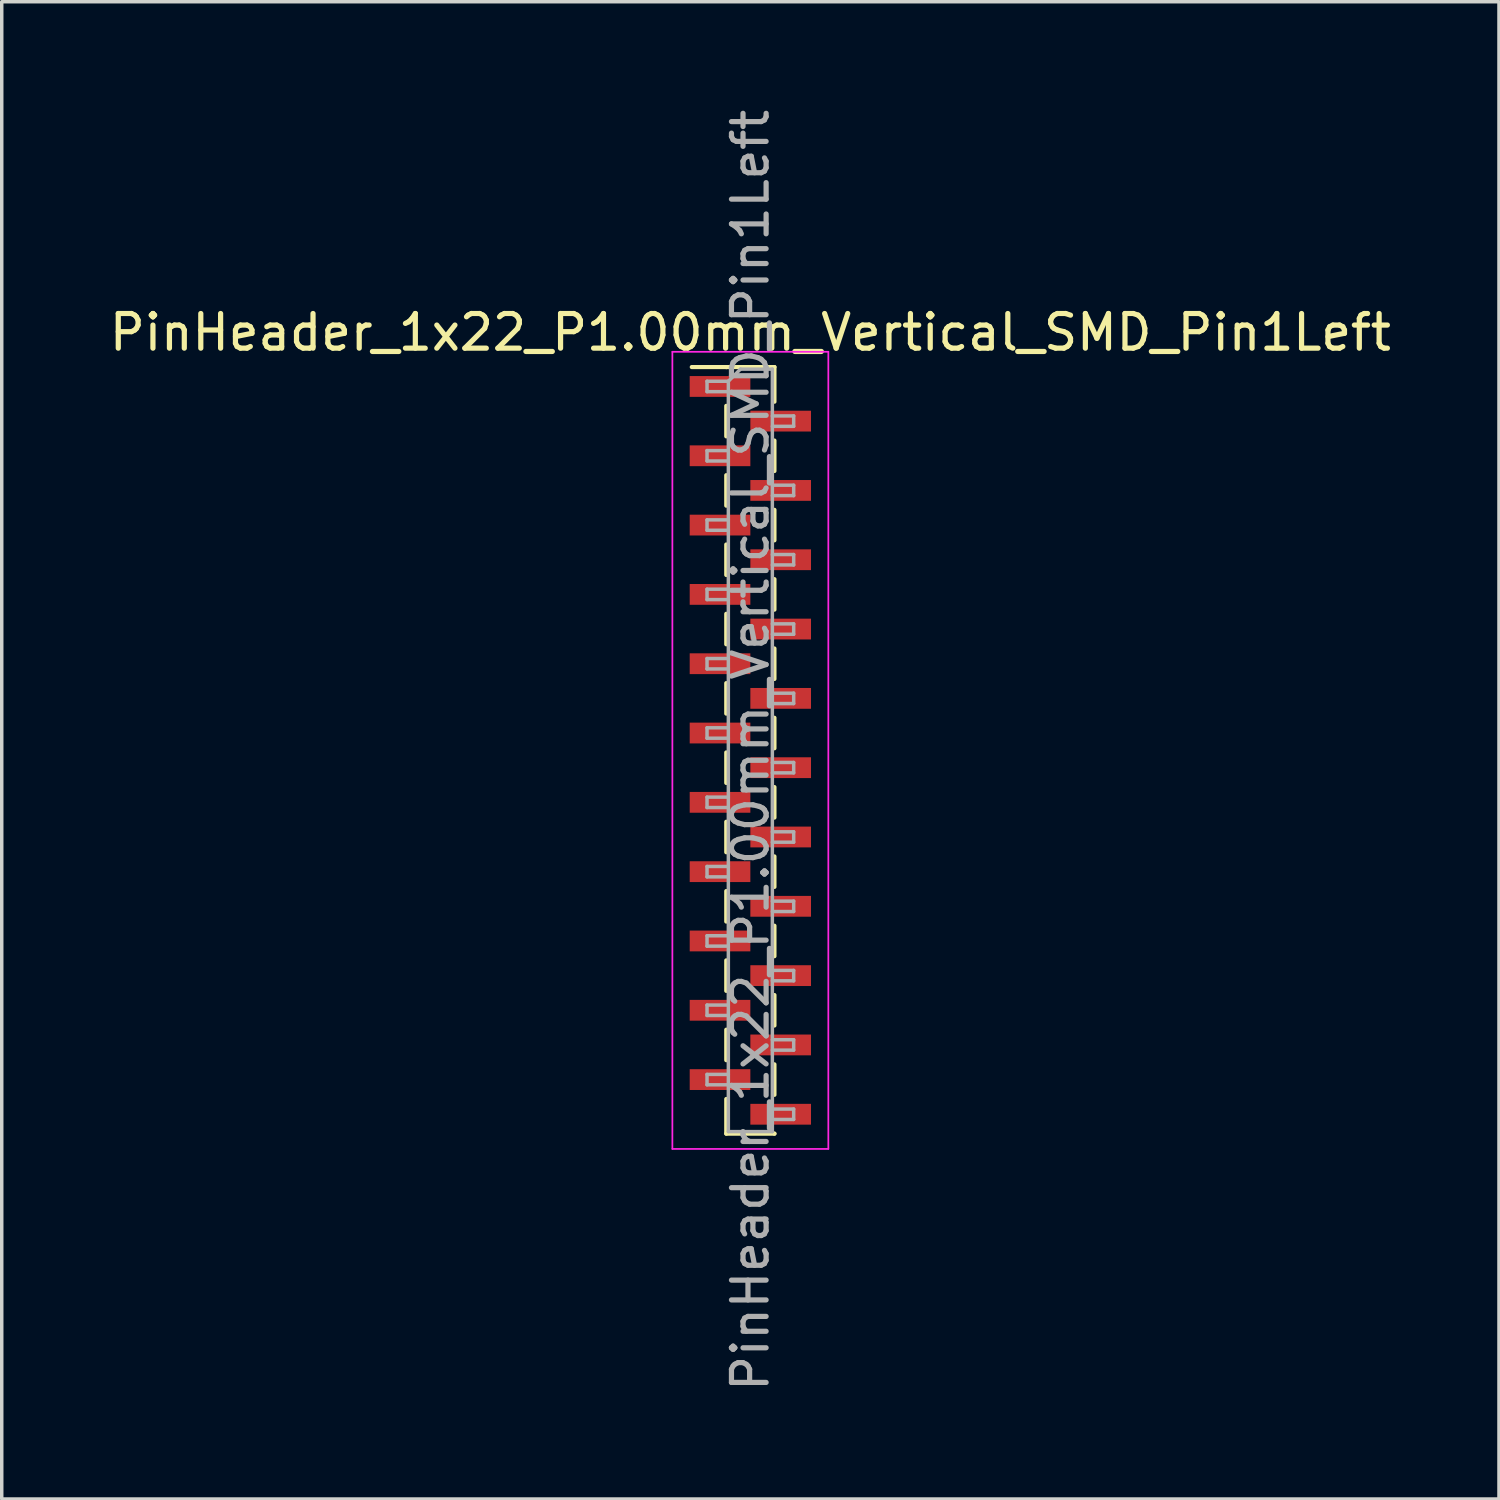
<source format=kicad_pcb>
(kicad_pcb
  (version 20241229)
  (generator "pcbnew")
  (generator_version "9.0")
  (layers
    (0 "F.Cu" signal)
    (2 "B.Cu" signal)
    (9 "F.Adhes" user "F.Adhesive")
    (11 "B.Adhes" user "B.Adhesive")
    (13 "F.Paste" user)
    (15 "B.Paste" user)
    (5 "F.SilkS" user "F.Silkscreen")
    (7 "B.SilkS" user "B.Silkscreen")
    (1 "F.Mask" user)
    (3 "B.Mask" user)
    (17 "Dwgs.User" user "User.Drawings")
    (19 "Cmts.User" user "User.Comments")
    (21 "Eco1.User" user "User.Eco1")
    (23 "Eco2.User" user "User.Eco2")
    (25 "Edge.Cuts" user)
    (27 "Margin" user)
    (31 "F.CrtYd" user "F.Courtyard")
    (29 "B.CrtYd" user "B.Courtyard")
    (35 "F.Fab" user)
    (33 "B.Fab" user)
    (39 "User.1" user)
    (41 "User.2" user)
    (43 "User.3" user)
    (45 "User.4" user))
  (footprint "PinHeader_1x22_P1.00mm_Vertical_SMD_Pin1Left"
    (layer "F.Cu")
    (at 18.601 18.601)
    (property "Reference" "PinHeader_1x22_P1.00mm_Vertical_SMD_Pin1Left" (at 0 -12.06 0) (layer "F.SilkS") (effects (font (size 1 1) (thickness 0.15))))
    (attr smd)
    (fp_line (start -0.695 -11.06) (end -1.69 -11.06) (stroke (width 0.12) (type solid)) (layer "F.SilkS"))
    (fp_line (start -0.695 -11.06) (end -0.695 -11.06) (stroke (width 0.12) (type solid)) (layer "F.SilkS"))
    (fp_line (start -0.695 -11.06) (end 0.695 -11.06) (stroke (width 0.12) (type solid)) (layer "F.SilkS"))
    (fp_line (start -0.695 -9.94) (end -0.695 -9.06) (stroke (width 0.12) (type solid)) (layer "F.SilkS"))
    (fp_line (start -0.695 -7.94) (end -0.695 -7.06) (stroke (width 0.12) (type solid)) (layer "F.SilkS"))
    (fp_line (start -0.695 -5.94) (end -0.695 -5.06) (stroke (width 0.12) (type solid)) (layer "F.SilkS"))
    (fp_line (start -0.695 -3.94) (end -0.695 -3.06) (stroke (width 0.12) (type solid)) (layer "F.SilkS"))
    (fp_line (start -0.695 -1.94) (end -0.695 -1.06) (stroke (width 0.12) (type solid)) (layer "F.SilkS"))
    (fp_line (start -0.695 0.06) (end -0.695 0.94) (stroke (width 0.12) (type solid)) (layer "F.SilkS"))
    (fp_line (start -0.695 2.06) (end -0.695 2.94) (stroke (width 0.12) (type solid)) (layer "F.SilkS"))
    (fp_line (start -0.695 4.06) (end -0.695 4.94) (stroke (width 0.12) (type solid)) (layer "F.SilkS"))
    (fp_line (start -0.695 6.06) (end -0.695 6.94) (stroke (width 0.12) (type solid)) (layer "F.SilkS"))
    (fp_line (start -0.695 8.06) (end -0.695 8.94) (stroke (width 0.12) (type solid)) (layer "F.SilkS"))
    (fp_line (start -0.695 10.06) (end -0.695 11.06) (stroke (width 0.12) (type solid)) (layer "F.SilkS"))
    (fp_line (start -0.695 11.06) (end 0.695 11.06) (stroke (width 0.12) (type solid)) (layer "F.SilkS"))
    (fp_line (start 0.695 -11.06) (end 0.695 -10.06) (stroke (width 0.12) (type solid)) (layer "F.SilkS"))
    (fp_line (start 0.695 -8.94) (end 0.695 -8.06) (stroke (width 0.12) (type solid)) (layer "F.SilkS"))
    (fp_line (start 0.695 -6.94) (end 0.695 -6.06) (stroke (width 0.12) (type solid)) (layer "F.SilkS"))
    (fp_line (start 0.695 -4.94) (end 0.695 -4.06) (stroke (width 0.12) (type solid)) (layer "F.SilkS"))
    (fp_line (start 0.695 -2.94) (end 0.695 -2.06) (stroke (width 0.12) (type solid)) (layer "F.SilkS"))
    (fp_line (start 0.695 -0.94) (end 0.695 -0.06) (stroke (width 0.12) (type solid)) (layer "F.SilkS"))
    (fp_line (start 0.695 1.06) (end 0.695 1.94) (stroke (width 0.12) (type solid)) (layer "F.SilkS"))
    (fp_line (start 0.695 3.06) (end 0.695 3.94) (stroke (width 0.12) (type solid)) (layer "F.SilkS"))
    (fp_line (start 0.695 5.06) (end 0.695 5.94) (stroke (width 0.12) (type solid)) (layer "F.SilkS"))
    (fp_line (start 0.695 7.06) (end 0.695 7.94) (stroke (width 0.12) (type solid)) (layer "F.SilkS"))
    (fp_line (start 0.695 9.06) (end 0.695 9.94) (stroke (width 0.12) (type solid)) (layer "F.SilkS"))
    (fp_line (start 0.695 11.06) (end 0.695 11.06) (stroke (width 0.12) (type solid)) (layer "F.SilkS"))
    (fp_line (start -2.25 -11.5) (end -2.25 11.5) (stroke (width 0.05) (type solid)) (layer "F.CrtYd"))
    (fp_line (start -2.25 11.5) (end 2.25 11.5) (stroke (width 0.05) (type solid)) (layer "F.CrtYd"))
    (fp_line (start 2.25 -11.5) (end -2.25 -11.5) (stroke (width 0.05) (type solid)) (layer "F.CrtYd"))
    (fp_line (start 2.25 11.5) (end 2.25 -11.5) (stroke (width 0.05) (type solid)) (layer "F.CrtYd"))
    (fp_line (start -1.25 -10.65) (end -1.25 -10.35) (stroke (width 0.1) (type solid)) (layer "F.Fab"))
    (fp_line (start -1.25 -10.35) (end -0.635 -10.35) (stroke (width 0.1) (type solid)) (layer "F.Fab"))
    (fp_line (start -1.25 -8.65) (end -1.25 -8.35) (stroke (width 0.1) (type solid)) (layer "F.Fab"))
    (fp_line (start -1.25 -8.35) (end -0.635 -8.35) (stroke (width 0.1) (type solid)) (layer "F.Fab"))
    (fp_line (start -1.25 -6.65) (end -1.25 -6.35) (stroke (width 0.1) (type solid)) (layer "F.Fab"))
    (fp_line (start -1.25 -6.35) (end -0.635 -6.35) (stroke (width 0.1) (type solid)) (layer "F.Fab"))
    (fp_line (start -1.25 -4.65) (end -1.25 -4.35) (stroke (width 0.1) (type solid)) (layer "F.Fab"))
    (fp_line (start -1.25 -4.35) (end -0.635 -4.35) (stroke (width 0.1) (type solid)) (layer "F.Fab"))
    (fp_line (start -1.25 -2.65) (end -1.25 -2.35) (stroke (width 0.1) (type solid)) (layer "F.Fab"))
    (fp_line (start -1.25 -2.35) (end -0.635 -2.35) (stroke (width 0.1) (type solid)) (layer "F.Fab"))
    (fp_line (start -1.25 -0.65) (end -1.25 -0.35) (stroke (width 0.1) (type solid)) (layer "F.Fab"))
    (fp_line (start -1.25 -0.35) (end -0.635 -0.35) (stroke (width 0.1) (type solid)) (layer "F.Fab"))
    (fp_line (start -1.25 1.35) (end -1.25 1.65) (stroke (width 0.1) (type solid)) (layer "F.Fab"))
    (fp_line (start -1.25 1.65) (end -0.635 1.65) (stroke (width 0.1) (type solid)) (layer "F.Fab"))
    (fp_line (start -1.25 3.35) (end -1.25 3.65) (stroke (width 0.1) (type solid)) (layer "F.Fab"))
    (fp_line (start -1.25 3.65) (end -0.635 3.65) (stroke (width 0.1) (type solid)) (layer "F.Fab"))
    (fp_line (start -1.25 5.35) (end -1.25 5.65) (stroke (width 0.1) (type solid)) (layer "F.Fab"))
    (fp_line (start -1.25 5.65) (end -0.635 5.65) (stroke (width 0.1) (type solid)) (layer "F.Fab"))
    (fp_line (start -1.25 7.35) (end -1.25 7.65) (stroke (width 0.1) (type solid)) (layer "F.Fab"))
    (fp_line (start -1.25 7.65) (end -0.635 7.65) (stroke (width 0.1) (type solid)) (layer "F.Fab"))
    (fp_line (start -1.25 9.35) (end -1.25 9.65) (stroke (width 0.1) (type solid)) (layer "F.Fab"))
    (fp_line (start -1.25 9.65) (end -0.635 9.65) (stroke (width 0.1) (type solid)) (layer "F.Fab"))
    (fp_line (start -0.635 -10.65) (end -1.25 -10.65) (stroke (width 0.1) (type solid)) (layer "F.Fab"))
    (fp_line (start -0.635 -10.65) (end -0.285 -11) (stroke (width 0.1) (type solid)) (layer "F.Fab"))
    (fp_line (start -0.635 -8.65) (end -1.25 -8.65) (stroke (width 0.1) (type solid)) (layer "F.Fab"))
    (fp_line (start -0.635 -6.65) (end -1.25 -6.65) (stroke (width 0.1) (type solid)) (layer "F.Fab"))
    (fp_line (start -0.635 -4.65) (end -1.25 -4.65) (stroke (width 0.1) (type solid)) (layer "F.Fab"))
    (fp_line (start -0.635 -2.65) (end -1.25 -2.65) (stroke (width 0.1) (type solid)) (layer "F.Fab"))
    (fp_line (start -0.635 -0.65) (end -1.25 -0.65) (stroke (width 0.1) (type solid)) (layer "F.Fab"))
    (fp_line (start -0.635 1.35) (end -1.25 1.35) (stroke (width 0.1) (type solid)) (layer "F.Fab"))
    (fp_line (start -0.635 3.35) (end -1.25 3.35) (stroke (width 0.1) (type solid)) (layer "F.Fab"))
    (fp_line (start -0.635 5.35) (end -1.25 5.35) (stroke (width 0.1) (type solid)) (layer "F.Fab"))
    (fp_line (start -0.635 7.35) (end -1.25 7.35) (stroke (width 0.1) (type solid)) (layer "F.Fab"))
    (fp_line (start -0.635 9.35) (end -1.25 9.35) (stroke (width 0.1) (type solid)) (layer "F.Fab"))
    (fp_line (start -0.635 11) (end -0.635 -10.65) (stroke (width 0.1) (type solid)) (layer "F.Fab"))
    (fp_line (start -0.285 -11) (end 0.635 -11) (stroke (width 0.1) (type solid)) (layer "F.Fab"))
    (fp_line (start 0.635 -11) (end 0.635 11) (stroke (width 0.1) (type solid)) (layer "F.Fab"))
    (fp_line (start 0.635 -9.65) (end 1.25 -9.65) (stroke (width 0.1) (type solid)) (layer "F.Fab"))
    (fp_line (start 0.635 -7.65) (end 1.25 -7.65) (stroke (width 0.1) (type solid)) (layer "F.Fab"))
    (fp_line (start 0.635 -5.65) (end 1.25 -5.65) (stroke (width 0.1) (type solid)) (layer "F.Fab"))
    (fp_line (start 0.635 -3.65) (end 1.25 -3.65) (stroke (width 0.1) (type solid)) (layer "F.Fab"))
    (fp_line (start 0.635 -1.65) (end 1.25 -1.65) (stroke (width 0.1) (type solid)) (layer "F.Fab"))
    (fp_line (start 0.635 0.35) (end 1.25 0.35) (stroke (width 0.1) (type solid)) (layer "F.Fab"))
    (fp_line (start 0.635 2.35) (end 1.25 2.35) (stroke (width 0.1) (type solid)) (layer "F.Fab"))
    (fp_line (start 0.635 4.35) (end 1.25 4.35) (stroke (width 0.1) (type solid)) (layer "F.Fab"))
    (fp_line (start 0.635 6.35) (end 1.25 6.35) (stroke (width 0.1) (type solid)) (layer "F.Fab"))
    (fp_line (start 0.635 8.35) (end 1.25 8.35) (stroke (width 0.1) (type solid)) (layer "F.Fab"))
    (fp_line (start 0.635 10.35) (end 1.25 10.35) (stroke (width 0.1) (type solid)) (layer "F.Fab"))
    (fp_line (start 0.635 11) (end -0.635 11) (stroke (width 0.1) (type solid)) (layer "F.Fab"))
    (fp_line (start 1.25 -9.65) (end 1.25 -9.35) (stroke (width 0.1) (type solid)) (layer "F.Fab"))
    (fp_line (start 1.25 -9.35) (end 0.635 -9.35) (stroke (width 0.1) (type solid)) (layer "F.Fab"))
    (fp_line (start 1.25 -7.65) (end 1.25 -7.35) (stroke (width 0.1) (type solid)) (layer "F.Fab"))
    (fp_line (start 1.25 -7.35) (end 0.635 -7.35) (stroke (width 0.1) (type solid)) (layer "F.Fab"))
    (fp_line (start 1.25 -5.65) (end 1.25 -5.35) (stroke (width 0.1) (type solid)) (layer "F.Fab"))
    (fp_line (start 1.25 -5.35) (end 0.635 -5.35) (stroke (width 0.1) (type solid)) (layer "F.Fab"))
    (fp_line (start 1.25 -3.65) (end 1.25 -3.35) (stroke (width 0.1) (type solid)) (layer "F.Fab"))
    (fp_line (start 1.25 -3.35) (end 0.635 -3.35) (stroke (width 0.1) (type solid)) (layer "F.Fab"))
    (fp_line (start 1.25 -1.65) (end 1.25 -1.35) (stroke (width 0.1) (type solid)) (layer "F.Fab"))
    (fp_line (start 1.25 -1.35) (end 0.635 -1.35) (stroke (width 0.1) (type solid)) (layer "F.Fab"))
    (fp_line (start 1.25 0.35) (end 1.25 0.65) (stroke (width 0.1) (type solid)) (layer "F.Fab"))
    (fp_line (start 1.25 0.65) (end 0.635 0.65) (stroke (width 0.1) (type solid)) (layer "F.Fab"))
    (fp_line (start 1.25 2.35) (end 1.25 2.65) (stroke (width 0.1) (type solid)) (layer "F.Fab"))
    (fp_line (start 1.25 2.65) (end 0.635 2.65) (stroke (width 0.1) (type solid)) (layer "F.Fab"))
    (fp_line (start 1.25 4.35) (end 1.25 4.65) (stroke (width 0.1) (type solid)) (layer "F.Fab"))
    (fp_line (start 1.25 4.65) (end 0.635 4.65) (stroke (width 0.1) (type solid)) (layer "F.Fab"))
    (fp_line (start 1.25 6.35) (end 1.25 6.65) (stroke (width 0.1) (type solid)) (layer "F.Fab"))
    (fp_line (start 1.25 6.65) (end 0.635 6.65) (stroke (width 0.1) (type solid)) (layer "F.Fab"))
    (fp_line (start 1.25 8.35) (end 1.25 8.65) (stroke (width 0.1) (type solid)) (layer "F.Fab"))
    (fp_line (start 1.25 8.65) (end 0.635 8.65) (stroke (width 0.1) (type solid)) (layer "F.Fab"))
    (fp_line (start 1.25 10.35) (end 1.25 10.65) (stroke (width 0.1) (type solid)) (layer "F.Fab"))
    (fp_line (start 1.25 10.65) (end 0.635 10.65) (stroke (width 0.1) (type solid)) (layer "F.Fab"))
    (fp_text user "${REFERENCE}" (at 0 0 90) (layer "F.Fab") (effects (font (size 1 1) (thickness 0.15))))
    (pad "1" smd rect (at -0.875 -10.5) (size 1.75 0.6) (layers "F.Cu" "F.Mask" "F.Paste"))
    (pad "2" smd rect (at 0.875 -9.5) (size 1.75 0.6) (layers "F.Cu" "F.Mask" "F.Paste"))
    (pad "3" smd rect (at -0.875 -8.5) (size 1.75 0.6) (layers "F.Cu" "F.Mask" "F.Paste"))
    (pad "4" smd rect (at 0.875 -7.5) (size 1.75 0.6) (layers "F.Cu" "F.Mask" "F.Paste"))
    (pad "5" smd rect (at -0.875 -6.5) (size 1.75 0.6) (layers "F.Cu" "F.Mask" "F.Paste"))
    (pad "6" smd rect (at 0.875 -5.5) (size 1.75 0.6) (layers "F.Cu" "F.Mask" "F.Paste"))
    (pad "7" smd rect (at -0.875 -4.5) (size 1.75 0.6) (layers "F.Cu" "F.Mask" "F.Paste"))
    (pad "8" smd rect (at 0.875 -3.5) (size 1.75 0.6) (layers "F.Cu" "F.Mask" "F.Paste"))
    (pad "9" smd rect (at -0.875 -2.5) (size 1.75 0.6) (layers "F.Cu" "F.Mask" "F.Paste"))
    (pad "10" smd rect (at 0.875 -1.5) (size 1.75 0.6) (layers "F.Cu" "F.Mask" "F.Paste"))
    (pad "11" smd rect (at -0.875 -0.5) (size 1.75 0.6) (layers "F.Cu" "F.Mask" "F.Paste"))
    (pad "12" smd rect (at 0.875 0.5) (size 1.75 0.6) (layers "F.Cu" "F.Mask" "F.Paste"))
    (pad "13" smd rect (at -0.875 1.5) (size 1.75 0.6) (layers "F.Cu" "F.Mask" "F.Paste"))
    (pad "14" smd rect (at 0.875 2.5) (size 1.75 0.6) (layers "F.Cu" "F.Mask" "F.Paste"))
    (pad "15" smd rect (at -0.875 3.5) (size 1.75 0.6) (layers "F.Cu" "F.Mask" "F.Paste"))
    (pad "16" smd rect (at 0.875 4.5) (size 1.75 0.6) (layers "F.Cu" "F.Mask" "F.Paste"))
    (pad "17" smd rect (at -0.875 5.5) (size 1.75 0.6) (layers "F.Cu" "F.Mask" "F.Paste"))
    (pad "18" smd rect (at 0.875 6.5) (size 1.75 0.6) (layers "F.Cu" "F.Mask" "F.Paste"))
    (pad "19" smd rect (at -0.875 7.5) (size 1.75 0.6) (layers "F.Cu" "F.Mask" "F.Paste"))
    (pad "20" smd rect (at 0.875 8.5) (size 1.75 0.6) (layers "F.Cu" "F.Mask" "F.Paste"))
    (pad "21" smd rect (at -0.875 9.5) (size 1.75 0.6) (layers "F.Cu" "F.Mask" "F.Paste"))
    (pad "22" smd rect (at 0.875 10.5) (size 1.75 0.6) (layers "F.Cu" "F.Mask" "F.Paste")))
  (gr_rect
    (start -3 -3)
    (end 40.202 40.202)
    (stroke (width 0.1) (type default))
    (fill no)
    (layer "Edge.Cuts")))
</source>
